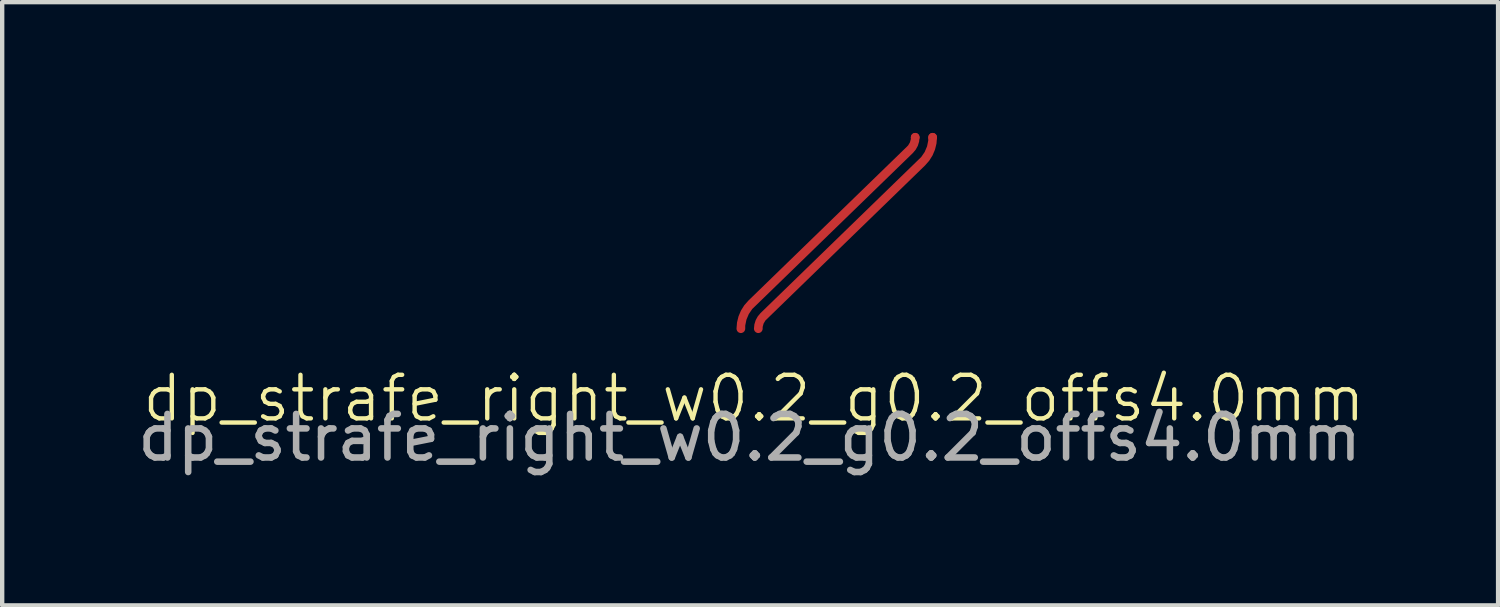
<source format=kicad_pcb>
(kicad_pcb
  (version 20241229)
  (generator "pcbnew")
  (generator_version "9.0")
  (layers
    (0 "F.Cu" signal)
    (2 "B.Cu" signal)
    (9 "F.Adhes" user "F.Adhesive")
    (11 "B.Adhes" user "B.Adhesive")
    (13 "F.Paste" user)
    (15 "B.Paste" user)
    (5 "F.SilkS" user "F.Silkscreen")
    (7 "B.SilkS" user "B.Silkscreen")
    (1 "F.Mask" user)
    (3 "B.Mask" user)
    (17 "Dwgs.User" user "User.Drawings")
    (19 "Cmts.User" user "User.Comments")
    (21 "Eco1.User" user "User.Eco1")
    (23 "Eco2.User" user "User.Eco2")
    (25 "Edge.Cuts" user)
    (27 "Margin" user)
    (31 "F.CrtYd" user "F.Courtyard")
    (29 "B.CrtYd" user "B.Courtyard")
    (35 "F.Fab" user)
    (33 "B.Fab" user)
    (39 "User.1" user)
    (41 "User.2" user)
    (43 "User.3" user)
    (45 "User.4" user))
  (footprint "dp_strafe_right_w0.2_g0.2_offs4.0mm"
    (layer "F.Cu")
    (at 14.149 4.492)
    (property "Reference" "dp_strafe_right_w0.2_g0.2_offs4.0mm" (at 0.1 1.6 0) (unlocked yes) (layer "F.SilkS") (effects (font (size 1 1) (thickness 0.1))))
    (attr exclude_from_pos_files exclude_from_bom)
    (fp_text user "${REFERENCE}" (at 0 2.5 0) (unlocked yes) (layer "F.Fab") (effects (font (size 1 1) (thickness 0.15))))
    (pad "1" smd custom (at -0.2 0) (size 0.2 0.2) (layers "F.Cu") (options (anchor circle)) (primitives (gr_arc (start 0 0) (mid 0.063151 -0.311535) (end 0.242635 -0.573885) (width 0.2)) (gr_arc (start 4 -4.39221) (mid 3.968424 -4.236443) (end 3.878683 -4.105268) (width 0.2)) (gr_line (start 0.243 -0.574) (end 3.879 -4.105) (width 0.2))))
    (pad "1" smd circle (at 3.8 -4.392) (size 0.2 0.2) (layers "F.Cu"))
    (pad "2" smd custom (at 0.2 0) (size 0.2 0.2) (layers "F.Cu") (options (anchor circle)) (primitives (gr_arc (start 0 0) (mid 0.031576 -0.155767) (end 0.121317 -0.286942) (width 0.2)) (gr_arc (start 4 -4.39221) (mid 3.936849 -4.080676) (end 3.757365 -3.818325) (width 0.2)) (gr_line (start 0.121 -0.287) (end 3.757 -3.818) (width 0.2))))
    (pad "2" smd circle (at 4.2 -4.392) (size 0.2 0.2) (layers "F.Cu")))
  (gr_rect
    (start -3 -3)
    (end 31.323 10.84)
    (stroke (width 0.1) (type default))
    (fill no)
    (layer "Edge.Cuts")))
</source>
